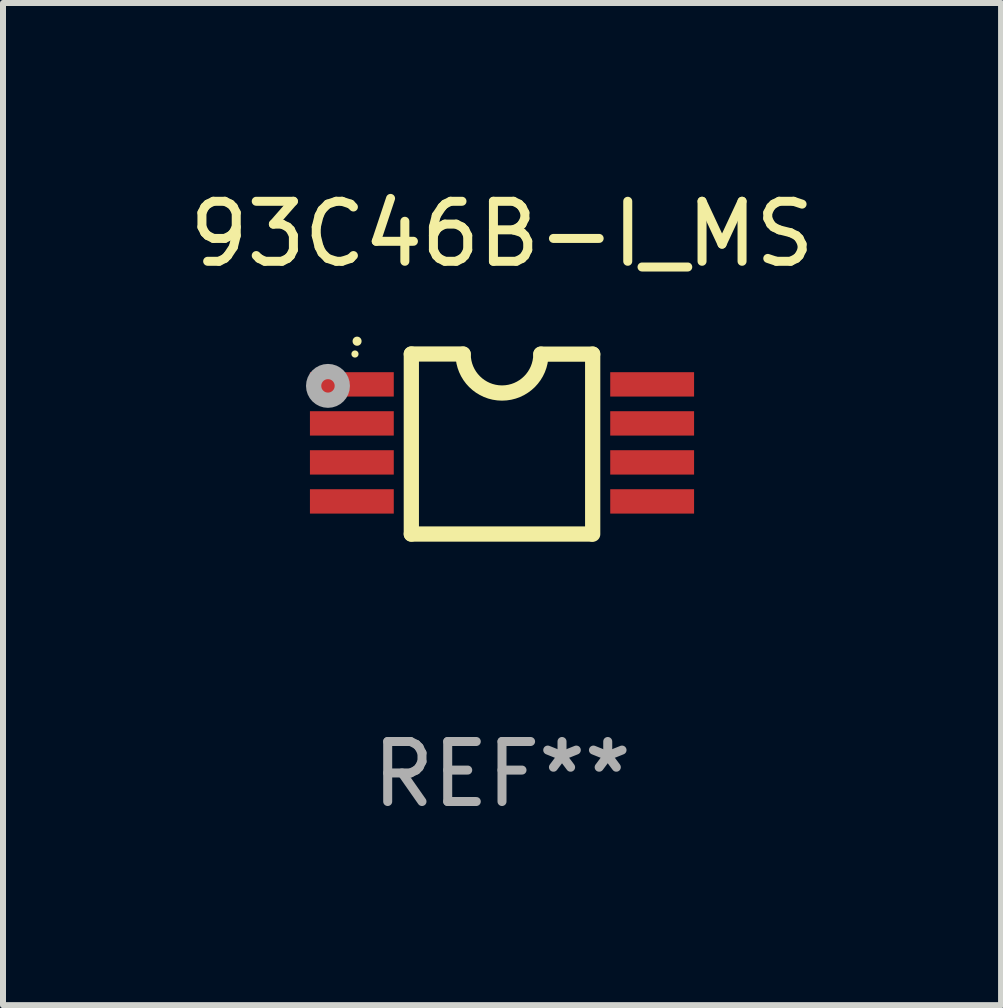
<source format=kicad_pcb>
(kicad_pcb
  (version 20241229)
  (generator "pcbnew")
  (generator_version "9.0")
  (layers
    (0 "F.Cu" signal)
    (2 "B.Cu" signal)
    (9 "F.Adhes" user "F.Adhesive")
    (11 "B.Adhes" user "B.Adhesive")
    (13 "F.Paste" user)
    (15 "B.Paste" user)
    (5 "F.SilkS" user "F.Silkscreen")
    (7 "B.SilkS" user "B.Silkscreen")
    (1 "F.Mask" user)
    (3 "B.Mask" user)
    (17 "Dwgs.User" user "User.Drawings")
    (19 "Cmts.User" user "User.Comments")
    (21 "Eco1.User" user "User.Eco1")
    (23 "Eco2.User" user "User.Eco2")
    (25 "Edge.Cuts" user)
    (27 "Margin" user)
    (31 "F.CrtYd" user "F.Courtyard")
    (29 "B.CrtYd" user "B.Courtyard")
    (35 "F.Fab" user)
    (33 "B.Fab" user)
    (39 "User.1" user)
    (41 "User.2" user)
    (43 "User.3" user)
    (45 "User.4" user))
  (footprint "93C46B-I_MS"
    (layer "F.Cu")
    (at 5.315 4.35)
    (property "Reference" "93C46B-I_MS" (at 0 -3.501 0) (layer "F.SilkS") (effects (font (size 1 1) (thickness 0.15))))
    (attr through_hole)
    (fp_line (start -1.511 -1.501) (end -1.511 1.499) (stroke (width 0.254) (type solid)) (layer "F.SilkS"))
    (fp_line (start -1.511 -1.501) (end -0.648 -1.501) (stroke (width 0.254) (type solid)) (layer "F.SilkS"))
    (fp_line (start -1.511 1.499) (end 1.489 1.499) (stroke (width 0.254) (type solid)) (layer "F.SilkS"))
    (fp_line (start 0.648 -1.499) (end 1.511 -1.499) (stroke (width 0.254) (type solid)) (layer "F.SilkS"))
    (fp_line (start 1.511 -1.499) (end 1.511 1.501) (stroke (width 0.254) (type solid)) (layer "F.SilkS"))
    (fp_arc (start -2.41491 -1.713233) (mid -2.414916 -1.714503) (end -2.41491 -1.715773) (stroke (width 0.150013) (type solid)) (layer "F.SilkS"))
    (fp_arc (start 0.647803 -1.498603) (mid 0.000102 -0.850902) (end -0.647599 -1.498603) (stroke (width 0.254001) (type solid)) (layer "F.SilkS"))
    (fp_circle (center -2.45 -1.501) (end -2.42 -1.501) (stroke (width 0.06) (type solid)) (fill no) (layer "F.SilkS"))
    (fp_circle (center -2.9 -0.97) (end -2.788 -0.97) (stroke (width 0.254) (type solid)) (fill no) (layer "F.Fab"))
    (fp_text user "REF**" (at 0 5.501 0) (layer "F.Fab") (effects (font (size 1 1) (thickness 0.15))))
    (pad "1" smd rect (at -2.502 -0.995) (size 1.397 0.406) (layers "F.Cu" "F.Mask" "F.Paste"))
    (pad "2" smd rect (at -2.502 -0.345) (size 1.397 0.406) (layers "F.Cu" "F.Mask" "F.Paste"))
    (pad "3" smd rect (at -2.502 0.305) (size 1.397 0.406) (layers "F.Cu" "F.Mask" "F.Paste"))
    (pad "4" smd rect (at -2.502 0.955) (size 1.397 0.406) (layers "F.Cu" "F.Mask" "F.Paste"))
    (pad "5" smd rect (at 2.502 0.955) (size 1.397 0.406) (layers "F.Cu" "F.Mask" "F.Paste"))
    (pad "6" smd rect (at 2.502 0.305) (size 1.397 0.406) (layers "F.Cu" "F.Mask" "F.Paste"))
    (pad "7" smd rect (at 2.502 -0.345) (size 1.397 0.406) (layers "F.Cu" "F.Mask" "F.Paste"))
    (pad "8" smd rect (at 2.502 -0.995) (size 1.397 0.406) (layers "F.Cu" "F.Mask" "F.Paste")))
  (gr_rect
    (start -3 -3)
    (end 13.631 13.699)
    (stroke (width 0.1) (type default))
    (fill no)
    (layer "Edge.Cuts")))
</source>
